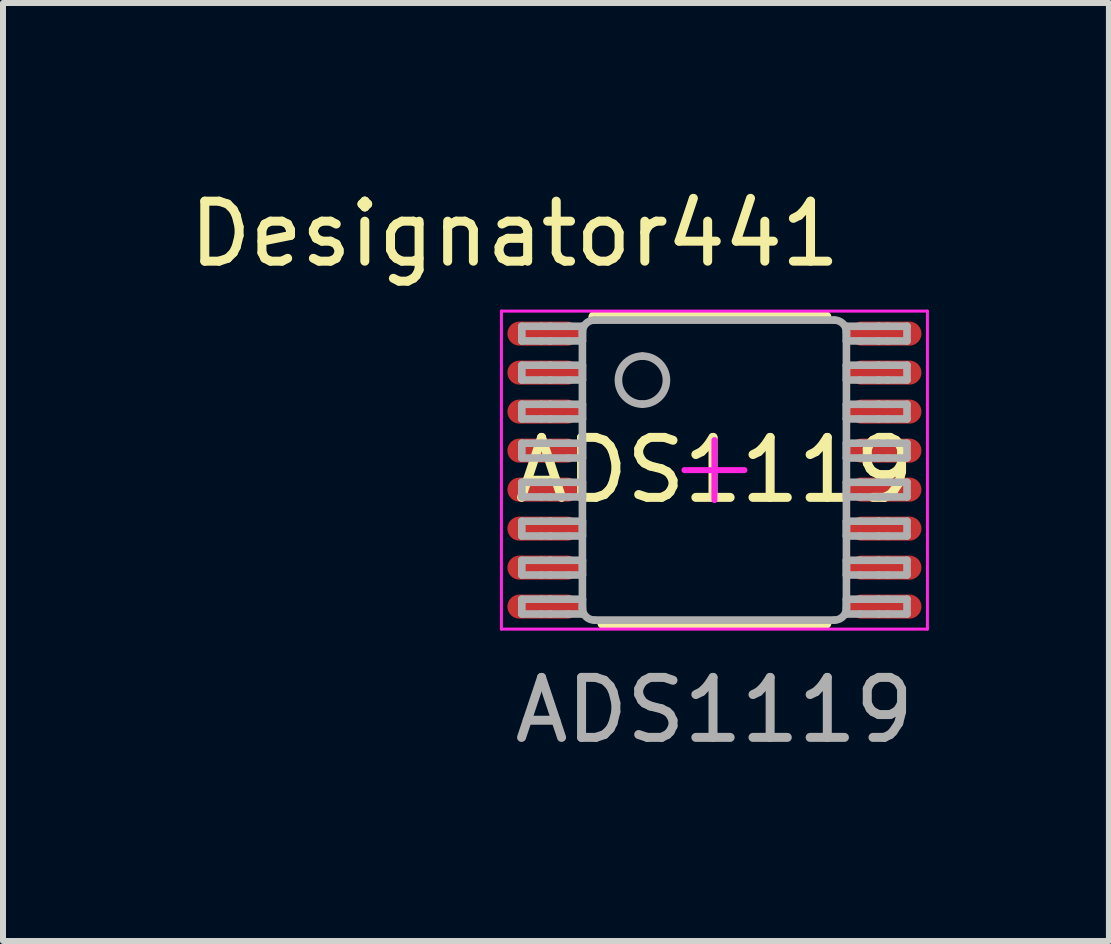
<source format=kicad_pcb>
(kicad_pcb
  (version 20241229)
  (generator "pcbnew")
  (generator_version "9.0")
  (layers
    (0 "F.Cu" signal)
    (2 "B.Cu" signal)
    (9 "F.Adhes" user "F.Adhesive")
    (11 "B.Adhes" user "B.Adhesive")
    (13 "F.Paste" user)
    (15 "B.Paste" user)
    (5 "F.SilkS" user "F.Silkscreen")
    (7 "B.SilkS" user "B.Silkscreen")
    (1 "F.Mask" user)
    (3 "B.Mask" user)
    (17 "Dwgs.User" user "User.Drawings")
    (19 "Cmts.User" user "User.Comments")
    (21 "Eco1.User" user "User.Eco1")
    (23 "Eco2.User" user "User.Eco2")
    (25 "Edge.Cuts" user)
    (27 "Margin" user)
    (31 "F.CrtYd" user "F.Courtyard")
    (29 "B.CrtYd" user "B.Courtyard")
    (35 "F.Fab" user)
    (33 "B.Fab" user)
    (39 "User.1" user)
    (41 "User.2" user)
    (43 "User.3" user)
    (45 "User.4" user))
  (footprint "ADS1119"
    (layer "F.Cu")
    (at 8.857 4.785)
    (property "Reference" "ADS1119" (at 0 0 0) (unlocked yes) (layer "F.SilkS") (effects (font (size 1 1) (thickness 0.15))))
    (attr smd)
    (fp_line (start -2 -2.55) (end 1.85 -2.55) (stroke (width 0.2) (type solid)) (layer "F.SilkS"))
    (fp_line (start -1.85 2.55) (end 1.85 2.55) (stroke (width 0.2) (type solid)) (layer "F.SilkS"))
    (fp_line (start -3.55 -2.65) (end 3.55 -2.65) (stroke (width 0.05) (type solid)) (layer "F.CrtYd"))
    (fp_line (start -3.55 2.65) (end -3.55 -2.65) (stroke (width 0.05) (type solid)) (layer "F.CrtYd"))
    (fp_line (start -3.55 2.65) (end 3.55 2.65) (stroke (width 0.05) (type solid)) (layer "F.CrtYd"))
    (fp_line (start -0.5 0) (end 0.5 0) (stroke (width 0.1) (type solid)) (layer "F.CrtYd"))
    (fp_line (start -0.000003 0.5) (end -0.000003 -0.5) (stroke (width 0.1) (type solid)) (layer "F.CrtYd"))
    (fp_line (start 3.55 2.65) (end 3.55 -2.65) (stroke (width 0.05) (type solid)) (layer "F.CrtYd"))
    (fp_line (start -3.21 -2.397) (end -2.887 -2.397) (stroke (width 0.127) (type solid)) (layer "F.Fab"))
    (fp_line (start -3.21 -2.153) (end -3.21 -2.397) (stroke (width 0.127) (type solid)) (layer "F.Fab"))
    (fp_line (start -3.21 -2.153) (end -2.887 -2.153) (stroke (width 0.127) (type solid)) (layer "F.Fab"))
    (fp_line (start -3.21 -1.748) (end -2.887 -1.748) (stroke (width 0.127) (type solid)) (layer "F.Fab"))
    (fp_line (start -3.21 -1.502) (end -3.21 -1.748) (stroke (width 0.127) (type solid)) (layer "F.Fab"))
    (fp_line (start -3.21 -1.502) (end -2.887 -1.502) (stroke (width 0.127) (type solid)) (layer "F.Fab"))
    (fp_line (start -3.21 -1.097) (end -2.887 -1.097) (stroke (width 0.127) (type solid)) (layer "F.Fab"))
    (fp_line (start -3.21 -0.853) (end -3.21 -1.097) (stroke (width 0.127) (type solid)) (layer "F.Fab"))
    (fp_line (start -3.21 -0.853) (end -2.887 -0.853) (stroke (width 0.127) (type solid)) (layer "F.Fab"))
    (fp_line (start -3.21 -0.448) (end -2.887 -0.448) (stroke (width 0.127) (type solid)) (layer "F.Fab"))
    (fp_line (start -3.21 -0.202) (end -3.21 -0.448) (stroke (width 0.127) (type solid)) (layer "F.Fab"))
    (fp_line (start -3.21 -0.202) (end -2.887 -0.202) (stroke (width 0.127) (type solid)) (layer "F.Fab"))
    (fp_line (start -3.21 0.203) (end -2.887 0.203) (stroke (width 0.127) (type solid)) (layer "F.Fab"))
    (fp_line (start -3.21 0.447) (end -3.21 0.203) (stroke (width 0.127) (type solid)) (layer "F.Fab"))
    (fp_line (start -3.21 0.447) (end -2.887 0.447) (stroke (width 0.127) (type solid)) (layer "F.Fab"))
    (fp_line (start -3.21 0.852) (end -2.887 0.852) (stroke (width 0.127) (type solid)) (layer "F.Fab"))
    (fp_line (start -3.21 1.098) (end -3.21 0.852) (stroke (width 0.127) (type solid)) (layer "F.Fab"))
    (fp_line (start -3.21 1.098) (end -2.887 1.098) (stroke (width 0.127) (type solid)) (layer "F.Fab"))
    (fp_line (start -3.21 1.503) (end -2.887 1.503) (stroke (width 0.127) (type solid)) (layer "F.Fab"))
    (fp_line (start -3.21 1.748) (end -3.21 1.503) (stroke (width 0.127) (type solid)) (layer "F.Fab"))
    (fp_line (start -3.21 1.748) (end -2.887 1.748) (stroke (width 0.127) (type solid)) (layer "F.Fab"))
    (fp_line (start -3.21 2.152) (end -2.887 2.152) (stroke (width 0.127) (type solid)) (layer "F.Fab"))
    (fp_line (start -3.21 2.398) (end -3.21 2.152) (stroke (width 0.127) (type solid)) (layer "F.Fab"))
    (fp_line (start -3.21 2.398) (end -2.887 2.398) (stroke (width 0.127) (type solid)) (layer "F.Fab"))
    (fp_line (start -2.887 -2.397) (end -2.739 -2.397) (stroke (width 0.127) (type solid)) (layer "F.Fab"))
    (fp_line (start -2.887 -2.153) (end -2.739 -2.153) (stroke (width 0.127) (type solid)) (layer "F.Fab"))
    (fp_line (start -2.887 -1.748) (end -2.739 -1.748) (stroke (width 0.127) (type solid)) (layer "F.Fab"))
    (fp_line (start -2.887 -1.502) (end -2.739 -1.502) (stroke (width 0.127) (type solid)) (layer "F.Fab"))
    (fp_line (start -2.887 -1.097) (end -2.739 -1.097) (stroke (width 0.127) (type solid)) (layer "F.Fab"))
    (fp_line (start -2.887 -0.853) (end -2.739 -0.853) (stroke (width 0.127) (type solid)) (layer "F.Fab"))
    (fp_line (start -2.887 -0.448) (end -2.739 -0.448) (stroke (width 0.127) (type solid)) (layer "F.Fab"))
    (fp_line (start -2.887 -0.202) (end -2.739 -0.202) (stroke (width 0.127) (type solid)) (layer "F.Fab"))
    (fp_line (start -2.887 0.203) (end -2.739 0.203) (stroke (width 0.127) (type solid)) (layer "F.Fab"))
    (fp_line (start -2.887 0.447) (end -2.739 0.447) (stroke (width 0.127) (type solid)) (layer "F.Fab"))
    (fp_line (start -2.887 0.852) (end -2.739 0.852) (stroke (width 0.127) (type solid)) (layer "F.Fab"))
    (fp_line (start -2.887 1.098) (end -2.739 1.098) (stroke (width 0.127) (type solid)) (layer "F.Fab"))
    (fp_line (start -2.887 1.503) (end -2.739 1.503) (stroke (width 0.127) (type solid)) (layer "F.Fab"))
    (fp_line (start -2.887 1.748) (end -2.739 1.748) (stroke (width 0.127) (type solid)) (layer "F.Fab"))
    (fp_line (start -2.887 2.152) (end -2.739 2.152) (stroke (width 0.127) (type solid)) (layer "F.Fab"))
    (fp_line (start -2.887 2.398) (end -2.739 2.398) (stroke (width 0.127) (type solid)) (layer "F.Fab"))
    (fp_line (start -2.739 -2.397) (end -2.733 -2.397) (stroke (width 0.127) (type solid)) (layer "F.Fab"))
    (fp_line (start -2.739 -2.153) (end -2.733 -2.153) (stroke (width 0.127) (type solid)) (layer "F.Fab"))
    (fp_line (start -2.739 -1.748) (end -2.733 -1.748) (stroke (width 0.127) (type solid)) (layer "F.Fab"))
    (fp_line (start -2.739 -1.502) (end -2.733 -1.502) (stroke (width 0.127) (type solid)) (layer "F.Fab"))
    (fp_line (start -2.739 -1.097) (end -2.733 -1.097) (stroke (width 0.127) (type solid)) (layer "F.Fab"))
    (fp_line (start -2.739 -0.853) (end -2.733 -0.853) (stroke (width 0.127) (type solid)) (layer "F.Fab"))
    (fp_line (start -2.739 -0.448) (end -2.733 -0.448) (stroke (width 0.127) (type solid)) (layer "F.Fab"))
    (fp_line (start -2.739 -0.202) (end -2.733 -0.202) (stroke (width 0.127) (type solid)) (layer "F.Fab"))
    (fp_line (start -2.739 0.203) (end -2.733 0.203) (stroke (width 0.127) (type solid)) (layer "F.Fab"))
    (fp_line (start -2.739 0.447) (end -2.733 0.447) (stroke (width 0.127) (type solid)) (layer "F.Fab"))
    (fp_line (start -2.739 0.852) (end -2.733 0.852) (stroke (width 0.127) (type solid)) (layer "F.Fab"))
    (fp_line (start -2.739 1.098) (end -2.733 1.098) (stroke (width 0.127) (type solid)) (layer "F.Fab"))
    (fp_line (start -2.739 1.503) (end -2.733 1.503) (stroke (width 0.127) (type solid)) (layer "F.Fab"))
    (fp_line (start -2.739 1.748) (end -2.733 1.748) (stroke (width 0.127) (type solid)) (layer "F.Fab"))
    (fp_line (start -2.739 2.152) (end -2.733 2.152) (stroke (width 0.127) (type solid)) (layer "F.Fab"))
    (fp_line (start -2.739 2.398) (end -2.733 2.398) (stroke (width 0.127) (type solid)) (layer "F.Fab"))
    (fp_line (start -2.733 -2.397) (end -2.431 -2.397) (stroke (width 0.127) (type solid)) (layer "F.Fab"))
    (fp_line (start -2.733 -2.153) (end -2.431 -2.153) (stroke (width 0.127) (type solid)) (layer "F.Fab"))
    (fp_line (start -2.733 -1.748) (end -2.431 -1.748) (stroke (width 0.127) (type solid)) (layer "F.Fab"))
    (fp_line (start -2.733 -1.502) (end -2.431 -1.502) (stroke (width 0.127) (type solid)) (layer "F.Fab"))
    (fp_line (start -2.733 -1.097) (end -2.431 -1.097) (stroke (width 0.127) (type solid)) (layer "F.Fab"))
    (fp_line (start -2.733 -0.853) (end -2.431 -0.853) (stroke (width 0.127) (type solid)) (layer "F.Fab"))
    (fp_line (start -2.733 -0.448) (end -2.431 -0.448) (stroke (width 0.127) (type solid)) (layer "F.Fab"))
    (fp_line (start -2.733 -0.202) (end -2.431 -0.202) (stroke (width 0.127) (type solid)) (layer "F.Fab"))
    (fp_line (start -2.733 0.203) (end -2.431 0.203) (stroke (width 0.127) (type solid)) (layer "F.Fab"))
    (fp_line (start -2.733 0.447) (end -2.431 0.447) (stroke (width 0.127) (type solid)) (layer "F.Fab"))
    (fp_line (start -2.733 0.852) (end -2.431 0.852) (stroke (width 0.127) (type solid)) (layer "F.Fab"))
    (fp_line (start -2.733 1.098) (end -2.431 1.098) (stroke (width 0.127) (type solid)) (layer "F.Fab"))
    (fp_line (start -2.733 1.503) (end -2.431 1.503) (stroke (width 0.127) (type solid)) (layer "F.Fab"))
    (fp_line (start -2.733 1.748) (end -2.431 1.748) (stroke (width 0.127) (type solid)) (layer "F.Fab"))
    (fp_line (start -2.733 2.152) (end -2.431 2.152) (stroke (width 0.127) (type solid)) (layer "F.Fab"))
    (fp_line (start -2.733 2.398) (end -2.431 2.398) (stroke (width 0.127) (type solid)) (layer "F.Fab"))
    (fp_line (start -2.431 -2.397) (end -2.2 -2.397) (stroke (width 0.127) (type solid)) (layer "F.Fab"))
    (fp_line (start -2.431 -2.153) (end -2.2 -2.153) (stroke (width 0.127) (type solid)) (layer "F.Fab"))
    (fp_line (start -2.431 -1.748) (end -2.2 -1.748) (stroke (width 0.127) (type solid)) (layer "F.Fab"))
    (fp_line (start -2.431 -1.502) (end -2.2 -1.502) (stroke (width 0.127) (type solid)) (layer "F.Fab"))
    (fp_line (start -2.431 -1.097) (end -2.2 -1.097) (stroke (width 0.127) (type solid)) (layer "F.Fab"))
    (fp_line (start -2.431 -0.853) (end -2.2 -0.853) (stroke (width 0.127) (type solid)) (layer "F.Fab"))
    (fp_line (start -2.431 -0.448) (end -2.2 -0.448) (stroke (width 0.127) (type solid)) (layer "F.Fab"))
    (fp_line (start -2.431 -0.202) (end -2.2 -0.202) (stroke (width 0.127) (type solid)) (layer "F.Fab"))
    (fp_line (start -2.431 0.203) (end -2.2 0.203) (stroke (width 0.127) (type solid)) (layer "F.Fab"))
    (fp_line (start -2.431 0.447) (end -2.2 0.447) (stroke (width 0.127) (type solid)) (layer "F.Fab"))
    (fp_line (start -2.431 0.852) (end -2.2 0.852) (stroke (width 0.127) (type solid)) (layer "F.Fab"))
    (fp_line (start -2.431 1.098) (end -2.2 1.098) (stroke (width 0.127) (type solid)) (layer "F.Fab"))
    (fp_line (start -2.431 1.503) (end -2.2 1.503) (stroke (width 0.127) (type solid)) (layer "F.Fab"))
    (fp_line (start -2.431 1.748) (end -2.2 1.748) (stroke (width 0.127) (type solid)) (layer "F.Fab"))
    (fp_line (start -2.431 2.152) (end -2.2 2.152) (stroke (width 0.127) (type solid)) (layer "F.Fab"))
    (fp_line (start -2.431 2.398) (end -2.2 2.398) (stroke (width 0.127) (type solid)) (layer "F.Fab"))
    (fp_line (start -2.2 -2.153) (end -2.2 -2.397) (stroke (width 0.127) (type solid)) (layer "F.Fab"))
    (fp_line (start -2.2 -1.502) (end -2.2 -1.748) (stroke (width 0.127) (type solid)) (layer "F.Fab"))
    (fp_line (start -2.2 -0.853) (end -2.2 -1.097) (stroke (width 0.127) (type solid)) (layer "F.Fab"))
    (fp_line (start -2.2 -0.202) (end -2.2 -0.448) (stroke (width 0.127) (type solid)) (layer "F.Fab"))
    (fp_line (start -2.2 0.447) (end -2.2 0.203) (stroke (width 0.127) (type solid)) (layer "F.Fab"))
    (fp_line (start -2.2 1.098) (end -2.2 0.852) (stroke (width 0.127) (type solid)) (layer "F.Fab"))
    (fp_line (start -2.2 1.748) (end -2.2 1.503) (stroke (width 0.127) (type solid)) (layer "F.Fab"))
    (fp_line (start -2.2 2.3) (end -2.2 -2.3) (stroke (width 0.127) (type solid)) (layer "F.Fab"))
    (fp_line (start -2.2 2.398) (end -2.2 2.152) (stroke (width 0.127) (type solid)) (layer "F.Fab"))
    (fp_line (start -2 -2.5) (end 2 -2.5) (stroke (width 0.127) (type solid)) (layer "F.Fab"))
    (fp_line (start -2 2.5) (end 2 2.5) (stroke (width 0.127) (type solid)) (layer "F.Fab"))
    (fp_line (start 2.2 -2.397) (end 2.43 -2.397) (stroke (width 0.127) (type solid)) (layer "F.Fab"))
    (fp_line (start 2.2 -2.153) (end 2.2 -2.397) (stroke (width 0.127) (type solid)) (layer "F.Fab"))
    (fp_line (start 2.2 -2.153) (end 2.43 -2.153) (stroke (width 0.127) (type solid)) (layer "F.Fab"))
    (fp_line (start 2.2 -1.748) (end 2.43 -1.748) (stroke (width 0.127) (type solid)) (layer "F.Fab"))
    (fp_line (start 2.2 -1.502) (end 2.2 -1.748) (stroke (width 0.127) (type solid)) (layer "F.Fab"))
    (fp_line (start 2.2 -1.502) (end 2.43 -1.502) (stroke (width 0.127) (type solid)) (layer "F.Fab"))
    (fp_line (start 2.2 -1.097) (end 2.43 -1.097) (stroke (width 0.127) (type solid)) (layer "F.Fab"))
    (fp_line (start 2.2 -0.853) (end 2.2 -1.097) (stroke (width 0.127) (type solid)) (layer "F.Fab"))
    (fp_line (start 2.2 -0.853) (end 2.43 -0.853) (stroke (width 0.127) (type solid)) (layer "F.Fab"))
    (fp_line (start 2.2 -0.448) (end 2.43 -0.448) (stroke (width 0.127) (type solid)) (layer "F.Fab"))
    (fp_line (start 2.2 -0.202) (end 2.2 -0.448) (stroke (width 0.127) (type solid)) (layer "F.Fab"))
    (fp_line (start 2.2 -0.202) (end 2.43 -0.202) (stroke (width 0.127) (type solid)) (layer "F.Fab"))
    (fp_line (start 2.2 0.203) (end 2.43 0.203) (stroke (width 0.127) (type solid)) (layer "F.Fab"))
    (fp_line (start 2.2 0.447) (end 2.2 0.203) (stroke (width 0.127) (type solid)) (layer "F.Fab"))
    (fp_line (start 2.2 0.447) (end 2.43 0.447) (stroke (width 0.127) (type solid)) (layer "F.Fab"))
    (fp_line (start 2.2 0.852) (end 2.43 0.852) (stroke (width 0.127) (type solid)) (layer "F.Fab"))
    (fp_line (start 2.2 1.098) (end 2.2 0.852) (stroke (width 0.127) (type solid)) (layer "F.Fab"))
    (fp_line (start 2.2 1.098) (end 2.43 1.098) (stroke (width 0.127) (type solid)) (layer "F.Fab"))
    (fp_line (start 2.2 1.503) (end 2.43 1.503) (stroke (width 0.127) (type solid)) (layer "F.Fab"))
    (fp_line (start 2.2 1.748) (end 2.2 1.503) (stroke (width 0.127) (type solid)) (layer "F.Fab"))
    (fp_line (start 2.2 1.748) (end 2.43 1.748) (stroke (width 0.127) (type solid)) (layer "F.Fab"))
    (fp_line (start 2.2 2.152) (end 2.43 2.152) (stroke (width 0.127) (type solid)) (layer "F.Fab"))
    (fp_line (start 2.2 2.3) (end 2.2 -2.3) (stroke (width 0.127) (type solid)) (layer "F.Fab"))
    (fp_line (start 2.2 2.398) (end 2.2 2.152) (stroke (width 0.127) (type solid)) (layer "F.Fab"))
    (fp_line (start 2.2 2.398) (end 2.43 2.398) (stroke (width 0.127) (type solid)) (layer "F.Fab"))
    (fp_line (start 2.43 -2.397) (end 2.733 -2.397) (stroke (width 0.127) (type solid)) (layer "F.Fab"))
    (fp_line (start 2.43 -2.153) (end 2.733 -2.153) (stroke (width 0.127) (type solid)) (layer "F.Fab"))
    (fp_line (start 2.43 -1.748) (end 2.733 -1.748) (stroke (width 0.127) (type solid)) (layer "F.Fab"))
    (fp_line (start 2.43 -1.502) (end 2.733 -1.502) (stroke (width 0.127) (type solid)) (layer "F.Fab"))
    (fp_line (start 2.43 -1.097) (end 2.733 -1.097) (stroke (width 0.127) (type solid)) (layer "F.Fab"))
    (fp_line (start 2.43 -0.853) (end 2.733 -0.853) (stroke (width 0.127) (type solid)) (layer "F.Fab"))
    (fp_line (start 2.43 -0.448) (end 2.733 -0.448) (stroke (width 0.127) (type solid)) (layer "F.Fab"))
    (fp_line (start 2.43 -0.202) (end 2.733 -0.202) (stroke (width 0.127) (type solid)) (layer "F.Fab"))
    (fp_line (start 2.43 0.203) (end 2.733 0.203) (stroke (width 0.127) (type solid)) (layer "F.Fab"))
    (fp_line (start 2.43 0.447) (end 2.733 0.447) (stroke (width 0.127) (type solid)) (layer "F.Fab"))
    (fp_line (start 2.43 0.852) (end 2.733 0.852) (stroke (width 0.127) (type solid)) (layer "F.Fab"))
    (fp_line (start 2.43 1.098) (end 2.733 1.098) (stroke (width 0.127) (type solid)) (layer "F.Fab"))
    (fp_line (start 2.43 1.503) (end 2.733 1.503) (stroke (width 0.127) (type solid)) (layer "F.Fab"))
    (fp_line (start 2.43 1.748) (end 2.733 1.748) (stroke (width 0.127) (type solid)) (layer "F.Fab"))
    (fp_line (start 2.43 2.152) (end 2.733 2.152) (stroke (width 0.127) (type solid)) (layer "F.Fab"))
    (fp_line (start 2.43 2.398) (end 2.733 2.398) (stroke (width 0.127) (type solid)) (layer "F.Fab"))
    (fp_line (start 2.733 -2.397) (end 2.739 -2.397) (stroke (width 0.127) (type solid)) (layer "F.Fab"))
    (fp_line (start 2.733 -2.153) (end 2.739 -2.153) (stroke (width 0.127) (type solid)) (layer "F.Fab"))
    (fp_line (start 2.733 -1.748) (end 2.739 -1.748) (stroke (width 0.127) (type solid)) (layer "F.Fab"))
    (fp_line (start 2.733 -1.502) (end 2.739 -1.502) (stroke (width 0.127) (type solid)) (layer "F.Fab"))
    (fp_line (start 2.733 -1.097) (end 2.739 -1.097) (stroke (width 0.127) (type solid)) (layer "F.Fab"))
    (fp_line (start 2.733 -0.853) (end 2.739 -0.853) (stroke (width 0.127) (type solid)) (layer "F.Fab"))
    (fp_line (start 2.733 -0.448) (end 2.739 -0.448) (stroke (width 0.127) (type solid)) (layer "F.Fab"))
    (fp_line (start 2.733 -0.202) (end 2.739 -0.202) (stroke (width 0.127) (type solid)) (layer "F.Fab"))
    (fp_line (start 2.733 0.203) (end 2.739 0.203) (stroke (width 0.127) (type solid)) (layer "F.Fab"))
    (fp_line (start 2.733 0.447) (end 2.739 0.447) (stroke (width 0.127) (type solid)) (layer "F.Fab"))
    (fp_line (start 2.733 0.852) (end 2.739 0.852) (stroke (width 0.127) (type solid)) (layer "F.Fab"))
    (fp_line (start 2.733 1.098) (end 2.739 1.098) (stroke (width 0.127) (type solid)) (layer "F.Fab"))
    (fp_line (start 2.733 1.503) (end 2.739 1.503) (stroke (width 0.127) (type solid)) (layer "F.Fab"))
    (fp_line (start 2.733 1.748) (end 2.739 1.748) (stroke (width 0.127) (type solid)) (layer "F.Fab"))
    (fp_line (start 2.733 2.152) (end 2.739 2.152) (stroke (width 0.127) (type solid)) (layer "F.Fab"))
    (fp_line (start 2.733 2.398) (end 2.739 2.398) (stroke (width 0.127) (type solid)) (layer "F.Fab"))
    (fp_line (start 2.739 -2.397) (end 2.887 -2.397) (stroke (width 0.127) (type solid)) (layer "F.Fab"))
    (fp_line (start 2.739 -2.153) (end 2.887 -2.153) (stroke (width 0.127) (type solid)) (layer "F.Fab"))
    (fp_line (start 2.739 -1.748) (end 2.887 -1.748) (stroke (width 0.127) (type solid)) (layer "F.Fab"))
    (fp_line (start 2.739 -1.502) (end 2.887 -1.502) (stroke (width 0.127) (type solid)) (layer "F.Fab"))
    (fp_line (start 2.739 -1.097) (end 2.887 -1.097) (stroke (width 0.127) (type solid)) (layer "F.Fab"))
    (fp_line (start 2.739 -0.853) (end 2.887 -0.853) (stroke (width 0.127) (type solid)) (layer "F.Fab"))
    (fp_line (start 2.739 -0.448) (end 2.887 -0.448) (stroke (width 0.127) (type solid)) (layer "F.Fab"))
    (fp_line (start 2.739 -0.202) (end 2.887 -0.202) (stroke (width 0.127) (type solid)) (layer "F.Fab"))
    (fp_line (start 2.739 0.203) (end 2.887 0.203) (stroke (width 0.127) (type solid)) (layer "F.Fab"))
    (fp_line (start 2.739 0.447) (end 2.887 0.447) (stroke (width 0.127) (type solid)) (layer "F.Fab"))
    (fp_line (start 2.739 0.852) (end 2.887 0.852) (stroke (width 0.127) (type solid)) (layer "F.Fab"))
    (fp_line (start 2.739 1.098) (end 2.887 1.098) (stroke (width 0.127) (type solid)) (layer "F.Fab"))
    (fp_line (start 2.739 1.503) (end 2.887 1.503) (stroke (width 0.127) (type solid)) (layer "F.Fab"))
    (fp_line (start 2.739 1.748) (end 2.887 1.748) (stroke (width 0.127) (type solid)) (layer "F.Fab"))
    (fp_line (start 2.739 2.152) (end 2.887 2.152) (stroke (width 0.127) (type solid)) (layer "F.Fab"))
    (fp_line (start 2.739 2.398) (end 2.887 2.398) (stroke (width 0.127) (type solid)) (layer "F.Fab"))
    (fp_line (start 2.887 -2.397) (end 3.21 -2.397) (stroke (width 0.127) (type solid)) (layer "F.Fab"))
    (fp_line (start 2.887 -2.153) (end 3.21 -2.153) (stroke (width 0.127) (type solid)) (layer "F.Fab"))
    (fp_line (start 2.887 -1.748) (end 3.21 -1.748) (stroke (width 0.127) (type solid)) (layer "F.Fab"))
    (fp_line (start 2.887 -1.502) (end 3.21 -1.502) (stroke (width 0.127) (type solid)) (layer "F.Fab"))
    (fp_line (start 2.887 -1.097) (end 3.21 -1.097) (stroke (width 0.127) (type solid)) (layer "F.Fab"))
    (fp_line (start 2.887 -0.853) (end 3.21 -0.853) (stroke (width 0.127) (type solid)) (layer "F.Fab"))
    (fp_line (start 2.887 -0.448) (end 3.21 -0.448) (stroke (width 0.127) (type solid)) (layer "F.Fab"))
    (fp_line (start 2.887 -0.202) (end 3.21 -0.202) (stroke (width 0.127) (type solid)) (layer "F.Fab"))
    (fp_line (start 2.887 0.203) (end 3.21 0.203) (stroke (width 0.127) (type solid)) (layer "F.Fab"))
    (fp_line (start 2.887 0.447) (end 3.21 0.447) (stroke (width 0.127) (type solid)) (layer "F.Fab"))
    (fp_line (start 2.887 0.852) (end 3.21 0.852) (stroke (width 0.127) (type solid)) (layer "F.Fab"))
    (fp_line (start 2.887 1.098) (end 3.21 1.098) (stroke (width 0.127) (type solid)) (layer "F.Fab"))
    (fp_line (start 2.887 1.503) (end 3.21 1.503) (stroke (width 0.127) (type solid)) (layer "F.Fab"))
    (fp_line (start 2.887 1.748) (end 3.21 1.748) (stroke (width 0.127) (type solid)) (layer "F.Fab"))
    (fp_line (start 2.887 2.152) (end 3.21 2.152) (stroke (width 0.127) (type solid)) (layer "F.Fab"))
    (fp_line (start 2.887 2.398) (end 3.21 2.398) (stroke (width 0.127) (type solid)) (layer "F.Fab"))
    (fp_line (start 3.21 -2.153) (end 3.21 -2.397) (stroke (width 0.127) (type solid)) (layer "F.Fab"))
    (fp_line (start 3.21 -1.502) (end 3.21 -1.748) (stroke (width 0.127) (type solid)) (layer "F.Fab"))
    (fp_line (start 3.21 -0.853) (end 3.21 -1.097) (stroke (width 0.127) (type solid)) (layer "F.Fab"))
    (fp_line (start 3.21 -0.202) (end 3.21 -0.448) (stroke (width 0.127) (type solid)) (layer "F.Fab"))
    (fp_line (start 3.21 0.447) (end 3.21 0.203) (stroke (width 0.127) (type solid)) (layer "F.Fab"))
    (fp_line (start 3.21 1.098) (end 3.21 0.852) (stroke (width 0.127) (type solid)) (layer "F.Fab"))
    (fp_line (start 3.21 1.748) (end 3.21 1.503) (stroke (width 0.127) (type solid)) (layer "F.Fab"))
    (fp_line (start 3.21 2.398) (end 3.21 2.152) (stroke (width 0.127) (type solid)) (layer "F.Fab"))
    (fp_arc (start -2.200001 -2.3) (mid -2.141422 -2.441421) (end -2.000001 -2.5) (stroke (width 0.127) (type solid)) (layer "F.Fab"))
    (fp_arc (start -2.000001 2.500015) (mid -2.141422 2.441437) (end -2.200001 2.300016) (stroke (width 0.127) (type solid)) (layer "F.Fab"))
    (fp_arc (start -1.200003 -1.900001) (mid -0.800003 -1.500002) (end -1.200003 -1.100003) (stroke (width 0.127) (type solid)) (layer "F.Fab"))
    (fp_arc (start -1.200003 -1.100003) (mid -1.600002 -1.500002) (end -1.200003 -1.900001) (stroke (width 0.127) (type solid)) (layer "F.Fab"))
    (fp_arc (start 1.999991 -2.5) (mid 2.141412 -2.441422) (end 2.199991 -2.3) (stroke (width 0.127) (type solid)) (layer "F.Fab"))
    (fp_arc (start 2.199991 2.300016) (mid 2.141412 2.441437) (end 1.999991 2.500015) (stroke (width 0.127) (type solid)) (layer "F.Fab"))
    (fp_text user "Designator441" (at -3.327 -3.937 0) (unlocked yes) (layer "F.SilkS") (effects (font (size 1 1) (thickness 0.15))))
    (fp_text user "${REFERENCE}" (at 0 4 0) (unlocked yes) (layer "F.Fab") (effects (font (size 1 1) (thickness 0.15))))
    (pad "1" smd oval (at -2.85 -2.275 90) (size 0.4 1.2) (layers "F.Cu" "F.Mask" "F.Paste"))
    (pad "2" smd oval (at -2.85 -1.625 90) (size 0.4 1.2) (layers "F.Cu" "F.Mask" "F.Paste"))
    (pad "3" smd oval (at -2.85 -0.975 90) (size 0.4 1.2) (layers "F.Cu" "F.Mask" "F.Paste"))
    (pad "4" smd oval (at -2.85 -0.325 90) (size 0.4 1.2) (layers "F.Cu" "F.Mask" "F.Paste"))
    (pad "5" smd oval (at -2.85 0.325 90) (size 0.4 1.2) (layers "F.Cu" "F.Mask" "F.Paste"))
    (pad "6" smd oval (at -2.85 0.975 90) (size 0.4 1.2) (layers "F.Cu" "F.Mask" "F.Paste"))
    (pad "7" smd oval (at -2.85 1.625 90) (size 0.4 1.2) (layers "F.Cu" "F.Mask" "F.Paste"))
    (pad "8" smd oval (at -2.85 2.275 90) (size 0.4 1.2) (layers "F.Cu" "F.Mask" "F.Paste"))
    (pad "9" smd oval (at 2.85 2.275 90) (size 0.4 1.2) (layers "F.Cu" "F.Mask" "F.Paste"))
    (pad "10" smd oval (at 2.85 1.625 90) (size 0.4 1.2) (layers "F.Cu" "F.Mask" "F.Paste"))
    (pad "11" smd oval (at 2.85 0.975 90) (size 0.4 1.2) (layers "F.Cu" "F.Mask" "F.Paste"))
    (pad "12" smd oval (at 2.85 0.325 90) (size 0.4 1.2) (layers "F.Cu" "F.Mask" "F.Paste"))
    (pad "13" smd oval (at 2.85 -0.325 90) (size 0.4 1.2) (layers "F.Cu" "F.Mask" "F.Paste"))
    (pad "14" smd oval (at 2.85 -0.975 90) (size 0.4 1.2) (layers "F.Cu" "F.Mask" "F.Paste"))
    (pad "15" smd oval (at 2.85 -1.625 90) (size 0.4 1.2) (layers "F.Cu" "F.Mask" "F.Paste"))
    (pad "16" smd oval (at 2.85 -2.275 90) (size 0.4 1.2) (layers "F.Cu" "F.Mask" "F.Paste")))
  (gr_rect
    (start -3 -3)
    (end 15.432 12.633)
    (stroke (width 0.1) (type default))
    (fill no)
    (layer "Edge.Cuts")))
</source>
